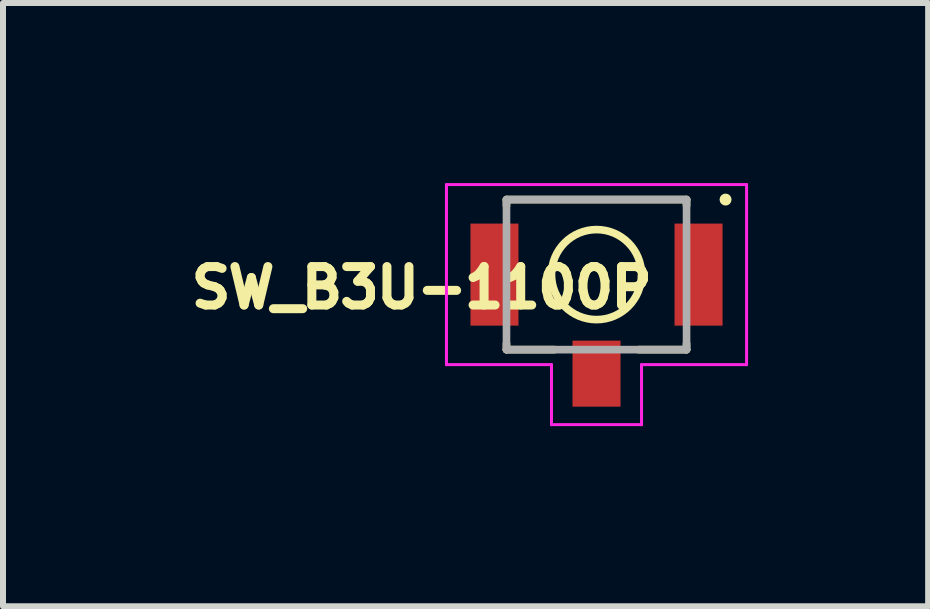
<source format=kicad_pcb>
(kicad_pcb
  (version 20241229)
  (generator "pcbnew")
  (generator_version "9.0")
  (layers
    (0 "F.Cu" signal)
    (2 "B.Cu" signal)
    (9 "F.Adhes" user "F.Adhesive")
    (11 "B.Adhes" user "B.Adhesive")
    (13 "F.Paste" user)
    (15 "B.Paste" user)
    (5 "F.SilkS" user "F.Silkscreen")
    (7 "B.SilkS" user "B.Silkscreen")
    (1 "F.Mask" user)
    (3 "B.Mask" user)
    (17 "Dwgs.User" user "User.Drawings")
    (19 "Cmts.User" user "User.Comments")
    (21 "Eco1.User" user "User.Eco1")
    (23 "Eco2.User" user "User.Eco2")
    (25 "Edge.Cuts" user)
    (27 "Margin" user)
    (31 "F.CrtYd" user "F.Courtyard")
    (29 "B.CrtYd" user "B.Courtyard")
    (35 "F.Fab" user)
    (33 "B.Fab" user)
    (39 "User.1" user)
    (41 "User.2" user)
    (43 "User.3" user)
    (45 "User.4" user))
  (footprint "SW_B3U-1100P"
    (layer "F.Cu")
    (at 6.888 1.525)
    (property "Reference" "SW_B3U-1100P" (at -2.911 0.218 180) (layer "F.SilkS") (effects (font (size 0.641 0.641) (thickness 0.15))))
    (attr smd)
    (fp_line (start -1.5 -1.25) (end 1.5 -1.25) (stroke (width 0.127) (type solid)) (layer "F.SilkS"))
    (fp_line (start -1.5 -1.15) (end -1.5 -1.25) (stroke (width 0.127) (type solid)) (layer "F.SilkS"))
    (fp_line (start -1.5 1.15) (end -1.5 1.25) (stroke (width 0.127) (type solid)) (layer "F.SilkS"))
    (fp_line (start -1.5 1.25) (end -0.7 1.25) (stroke (width 0.127) (type solid)) (layer "F.SilkS"))
    (fp_line (start 1.5 -1.25) (end 1.5 -1.15) (stroke (width 0.127) (type solid)) (layer "F.SilkS"))
    (fp_line (start 1.5 1.15) (end 1.5 1.25) (stroke (width 0.127) (type solid)) (layer "F.SilkS"))
    (fp_line (start 1.5 1.25) (end 0.7 1.25) (stroke (width 0.127) (type solid)) (layer "F.SilkS"))
    (fp_circle (center 0 0) (end 0.75 0) (stroke (width 0.127) (type solid)) (fill no) (layer "F.SilkS"))
    (fp_circle (center 2.15 -1.25) (end 2.2 -1.25) (stroke (width 0.1) (type solid)) (fill no) (layer "F.SilkS"))
    (fp_line (start -2.5 -1.5) (end 2.5 -1.5) (stroke (width 0.05) (type solid)) (layer "F.CrtYd"))
    (fp_line (start -2.5 1.5) (end -2.5 -1.5) (stroke (width 0.05) (type solid)) (layer "F.CrtYd"))
    (fp_line (start -0.75 1.5) (end -2.5 1.5) (stroke (width 0.05) (type solid)) (layer "F.CrtYd"))
    (fp_line (start -0.75 2.5) (end -0.75 1.5) (stroke (width 0.05) (type solid)) (layer "F.CrtYd"))
    (fp_line (start 0.75 1.5) (end 0.75 2.5) (stroke (width 0.05) (type solid)) (layer "F.CrtYd"))
    (fp_line (start 0.75 2.5) (end -0.75 2.5) (stroke (width 0.05) (type solid)) (layer "F.CrtYd"))
    (fp_line (start 2.5 -1.5) (end 2.5 1.5) (stroke (width 0.05) (type solid)) (layer "F.CrtYd"))
    (fp_line (start 2.5 1.5) (end 0.75 1.5) (stroke (width 0.05) (type solid)) (layer "F.CrtYd"))
    (fp_line (start -1.5 -1.25) (end 1.5 -1.25) (stroke (width 0.127) (type solid)) (layer "F.Fab"))
    (fp_line (start -1.5 1.25) (end -1.5 -1.25) (stroke (width 0.127) (type solid)) (layer "F.Fab"))
    (fp_line (start 1.5 -1.25) (end 1.5 1.25) (stroke (width 0.127) (type solid)) (layer "F.Fab"))
    (fp_line (start 1.5 1.25) (end -1.5 1.25) (stroke (width 0.127) (type solid)) (layer "F.Fab"))
    (pad "1" smd rect (at 1.7 0) (size 0.8 1.7) (layers "F.Cu" "F.Mask" "F.Paste"))
    (pad "2" smd rect (at -1.7 0) (size 0.8 1.7) (layers "F.Cu" "F.Mask" "F.Paste"))
    (pad "3" smd rect (at 0 1.65) (size 0.8 1.1) (layers "F.Cu" "F.Mask" "F.Paste")))
  (gr_rect
    (start -3 -3)
    (end 12.413 7.05)
    (stroke (width 0.1) (type default))
    (fill no)
    (layer "Edge.Cuts")))
</source>
